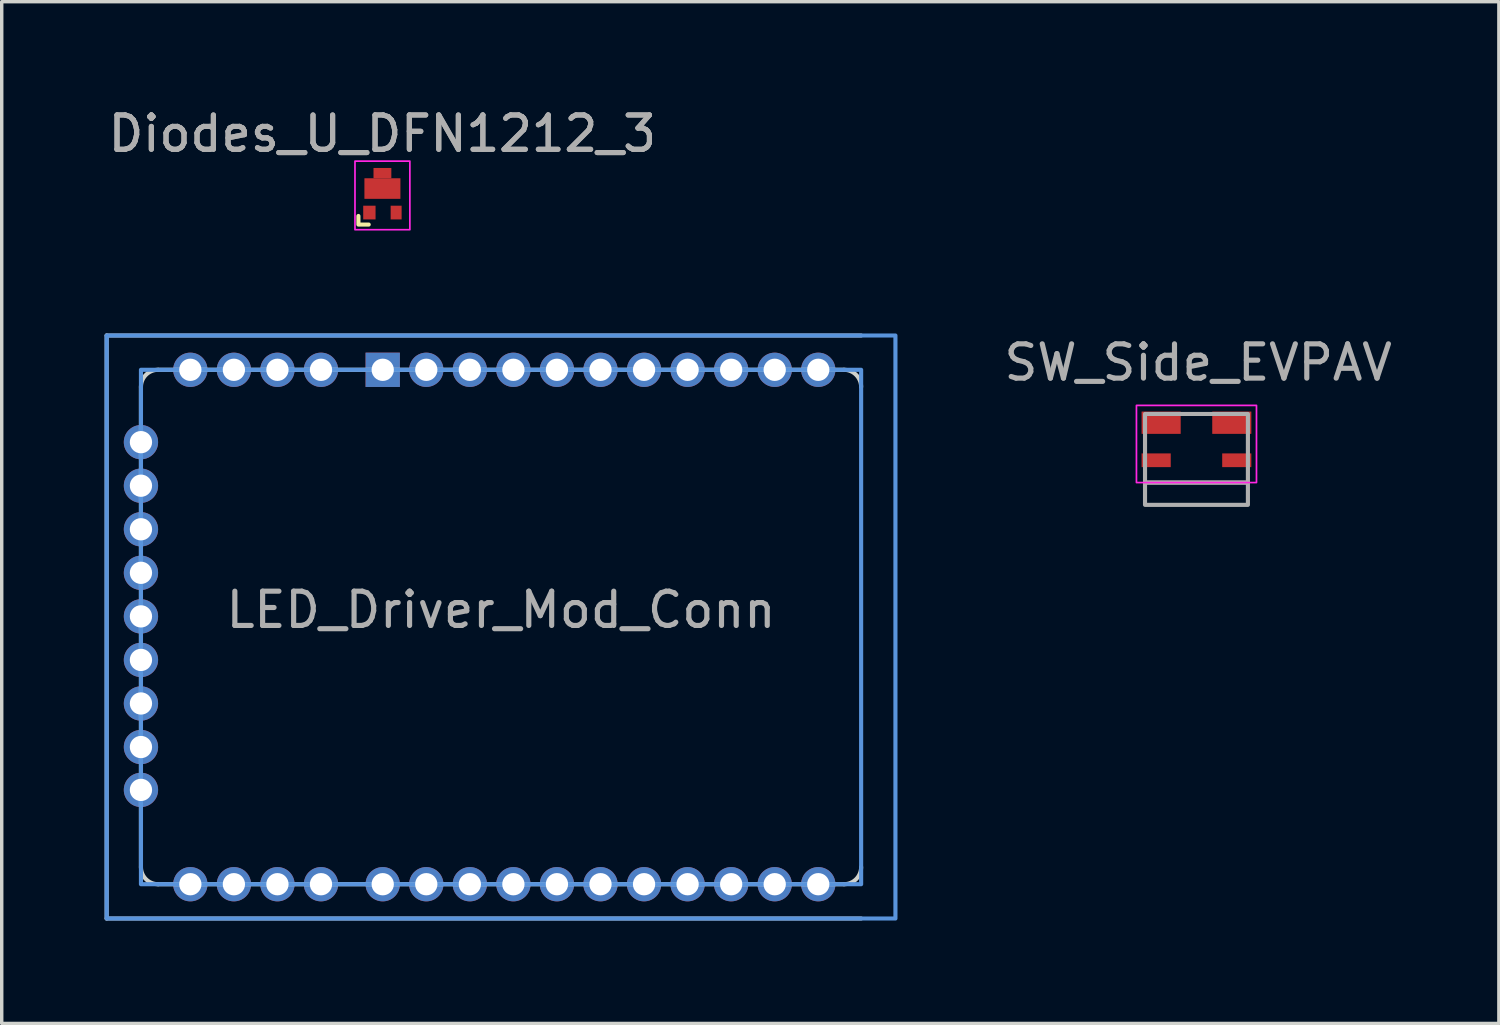
<source format=kicad_pcb>
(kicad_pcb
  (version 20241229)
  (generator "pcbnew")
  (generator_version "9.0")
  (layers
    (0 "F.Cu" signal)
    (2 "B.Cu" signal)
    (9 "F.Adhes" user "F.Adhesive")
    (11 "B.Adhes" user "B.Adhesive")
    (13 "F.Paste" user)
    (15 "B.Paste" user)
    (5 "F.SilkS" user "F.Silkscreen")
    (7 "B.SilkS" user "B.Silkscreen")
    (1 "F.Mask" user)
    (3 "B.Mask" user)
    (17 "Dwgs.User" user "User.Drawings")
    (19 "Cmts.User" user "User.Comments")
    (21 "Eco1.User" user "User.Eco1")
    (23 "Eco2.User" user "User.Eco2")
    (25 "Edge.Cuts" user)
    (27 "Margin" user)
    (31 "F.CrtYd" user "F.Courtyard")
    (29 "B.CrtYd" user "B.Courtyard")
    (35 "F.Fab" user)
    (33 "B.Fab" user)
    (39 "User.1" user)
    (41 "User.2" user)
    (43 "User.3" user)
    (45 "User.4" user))
  (footprint "SW_Side_EVPAV"
    (layer "F.Cu")
    (at 31.838 11.021)
    (property "Reference" "SW_Side_EVPAV" (at 0.05 -3.5 0) (unlocked yes) (layer "F.Fab") (effects (font (size 1 1) (thickness 0.15))))
    (attr smd)
    (fp_rect (start -1.75 0) (end 1.75 -2.25) (stroke (width 0.05) (type solid)) (fill no) (layer "F.CrtYd"))
    (fp_rect (start -1.5 0) (end 1.5 -2) (stroke (width 0.12) (type solid)) (fill no) (layer "F.Fab"))
    (fp_rect (start -1.5 0) (end 1.5 0.65) (stroke (width 0.12) (type solid)) (fill no) (layer "F.Fab"))
    (pad "1" smd rect (at -1.175 -0.65) (size 0.85 0.4) (layers "F.Cu" "F.Mask" "F.Paste"))
    (pad "2" smd rect (at -1.03 -1.745) (size 1.14 0.65) (layers "F.Cu" "F.Mask" "F.Paste"))
    (pad "3" smd rect (at 1.175 -0.65) (size 0.85 0.4) (layers "F.Cu" "F.Mask" "F.Paste"))
    (pad "4" smd rect (at 1.03 -1.745) (size 1.14 0.65) (layers "F.Cu" "F.Mask" "F.Paste")))
  (footprint "Diodes_U_DFN1212_3"
    (layer "F.Cu")
    (at 8.101 2.448)
    (property "Reference" "Diodes_U_DFN1212_3" (at 0 -1.6 0) (layer "F.Fab") (effects (font (size 1 1) (thickness 0.15))))
    (attr smd)
    (fp_line (start -0.7 0.8) (end -0.7 1.05) (stroke (width 0.12) (type solid)) (layer "F.SilkS"))
    (fp_line (start -0.65 1.05) (end -0.4 1.05) (stroke (width 0.12) (type solid)) (layer "F.SilkS"))
    (fp_rect (start -0.8 1.2) (end 0.8 -0.8) (stroke (width 0.05) (type solid)) (fill no) (layer "F.CrtYd"))
    (fp_text user "${REFERENCE}" (at 0 -1.6 0) (layer "F.Fab") (effects (font (size 1 1) (thickness 0.15))))
    (pad "1" smd rect (at 0 -0.45) (size 0.52 0.3) (layers "F.Cu" "F.Mask" "F.Paste"))
    (pad "1" smd rect (at 0 0) (size 1.05 0.6) (layers "F.Cu" "F.Mask" "F.Paste"))
    (pad "2" smd rect (at -0.38 0.7) (size 0.36 0.4) (layers "F.Cu" "F.Mask" "F.Paste"))
    (pad "3" smd rect (at 0.4 0.7) (size 0.32 0.4) (layers "F.Cu" "F.Mask" "F.Paste")))
  (footprint "LED_Driver_Mod_Conn"
    (layer "F.Cu")
    (at 11.56 15.233)
    (property "Reference" "LED_Driver_Mod_Conn" (at 0 -0.5 0) (unlocked yes) (layer "F.Fab") (effects (font (size 1 1) (thickness 0.15))))
    (attr smd)
    (fp_line (start -11.5 -8.5) (end -11.5 8.5) (stroke (width 0.12) (type solid)) (layer "Dwgs.User"))
    (fp_line (start -11.5 8.5) (end 10.5 8.5) (stroke (width 0.12) (type solid)) (layer "Dwgs.User"))
    (fp_line (start 10.5 -8.5) (end -11.5 -8.5) (stroke (width 0.12) (type solid)) (layer "Dwgs.User"))
    (fp_rect (start -11.5 -8.5) (end 11.5 8.5) (stroke (width 0.12) (type solid)) (fill no) (layer "Cmts.User"))
    (fp_rect (start -10.5 -7.5) (end 10.5 7.5) (stroke (width 0.12) (type solid)) (fill no) (layer "Cmts.User"))
    (fp_line (start -10.5 -7) (end -10.5 7) (stroke (width 0.12) (type solid)) (layer "Edge.Cuts"))
    (fp_line (start -10 7.5) (end 10 7.5) (stroke (width 0.12) (type solid)) (layer "Edge.Cuts"))
    (fp_line (start 10 -7.5) (end -10 -7.5) (stroke (width 0.12) (type solid)) (layer "Edge.Cuts"))
    (fp_arc (start -10.5 -7) (mid -10.353553 -7.353553) (end -10 -7.5) (stroke (width 0.12) (type solid)) (layer "Edge.Cuts"))
    (fp_arc (start -10 7.5) (mid -10.353553 7.353553) (end -10.5 7) (stroke (width 0.12) (type solid)) (layer "Edge.Cuts"))
    (fp_arc (start 10 -7.5) (mid 10.353553 -7.353553) (end 10.5 -7) (stroke (width 0.12) (type solid)) (layer "Edge.Cuts"))
    (fp_arc (start 10.5 7) (mid 10.353553 7.353553) (end 10 7.5) (stroke (width 0.12) (type solid)) (layer "Edge.Cuts"))
    (fp_line (start -10.5 -7.5) (end -10.5 7.5) (stroke (width 0.12) (type solid)) (layer "User.1"))
    (fp_line (start -10.5 7.5) (end 10.5 7.5) (stroke (width 0.12) (type solid)) (layer "User.1"))
    (fp_line (start 10.5 -7.5) (end -10.5 -7.5) (stroke (width 0.12) (type solid)) (layer "User.1"))
    (pad "1" thru_hole rect (at -3.45 -7.5 90) (size 1 1) (drill 0.65) (layers "*.Cu" "*.Mask"))
    (pad "2" thru_hole oval (at -2.18 -7.5 90) (size 1 1) (drill 0.65) (layers "*.Cu" "*.Mask"))
    (pad "3" thru_hole oval (at -0.91 -7.5 90) (size 1 1) (drill 0.65) (layers "*.Cu" "*.Mask"))
    (pad "4" thru_hole oval (at 0.36 -7.5 90) (size 1 1) (drill 0.65) (layers "*.Cu" "*.Mask"))
    (pad "5" thru_hole oval (at 1.63 -7.5 90) (size 1 1) (drill 0.65) (layers "*.Cu" "*.Mask"))
    (pad "6" thru_hole oval (at 2.9 -7.5 90) (size 1 1) (drill 0.65) (layers "*.Cu" "*.Mask"))
    (pad "7" thru_hole oval (at 4.17 -7.5 90) (size 1 1) (drill 0.65) (layers "*.Cu" "*.Mask"))
    (pad "8" thru_hole oval (at 5.44 -7.5 90) (size 1 1) (drill 0.65) (layers "*.Cu" "*.Mask"))
    (pad "9" thru_hole oval (at 6.71 -7.5 90) (size 1 1) (drill 0.65) (layers "*.Cu" "*.Mask"))
    (pad "10" thru_hole oval (at 9.25 7.5) (size 1 1) (drill 0.65) (layers "*.Cu" "*.Mask"))
    (pad "11" thru_hole oval (at 7.98 7.5) (size 1 1) (drill 0.65) (layers "*.Cu" "*.Mask"))
    (pad "12" thru_hole oval (at 6.71 7.5) (size 1 1) (drill 0.65) (layers "*.Cu" "*.Mask"))
    (pad "13" thru_hole oval (at 5.44 7.5) (size 1 1) (drill 0.65) (layers "*.Cu" "*.Mask"))
    (pad "14" thru_hole oval (at 4.17 7.5) (size 1 1) (drill 0.65) (layers "*.Cu" "*.Mask"))
    (pad "15" thru_hole oval (at 2.9 7.5) (size 1 1) (drill 0.65) (layers "*.Cu" "*.Mask"))
    (pad "16" thru_hole oval (at 1.63 7.5) (size 1 1) (drill 0.65) (layers "*.Cu" "*.Mask"))
    (pad "17" thru_hole oval (at 0.36 7.5 270) (size 1 1) (drill 0.65) (layers "*.Cu" "*.Mask"))
    (pad "18" thru_hole oval (at -0.91 7.5 270) (size 1 1) (drill 0.65) (layers "*.Cu" "*.Mask"))
    (pad "19" thru_hole oval (at -2.18 7.5) (size 1 1) (drill 0.65) (layers "*.Cu" "*.Mask"))
    (pad "20" thru_hole oval (at -3.45 7.5) (size 1 1) (drill 0.65) (layers "*.Cu" "*.Mask"))
    (pad "21" thru_hole oval (at 7.98 -7.5) (size 1 1) (drill 0.65) (layers "*.Cu" "*.Mask"))
    (pad "22" thru_hole oval (at 9.25 -7.5) (size 1 1) (drill 0.65) (layers "*.Cu" "*.Mask"))
    (pad "23" thru_hole oval (at -9.06 7.5 90) (size 1 1) (drill 0.65) (layers "*.Cu" "*.Mask"))
    (pad "24" thru_hole oval (at -7.79 7.5 90) (size 1 1) (drill 0.65) (layers "*.Cu" "*.Mask"))
    (pad "25" thru_hole oval (at -6.52 7.5 90) (size 1 1) (drill 0.65) (layers "*.Cu" "*.Mask"))
    (pad "26" thru_hole oval (at -5.25 7.5 90) (size 1 1) (drill 0.65) (layers "*.Cu" "*.Mask"))
    (pad "27" thru_hole oval (at -9.06 -7.5 90) (size 1 1) (drill 0.65) (layers "*.Cu" "*.Mask"))
    (pad "28" thru_hole oval (at -7.79 -7.5 90) (size 1 1) (drill 0.65) (layers "*.Cu" "*.Mask"))
    (pad "29" thru_hole oval (at -6.52 -7.5 90) (size 1 1) (drill 0.65) (layers "*.Cu" "*.Mask"))
    (pad "30" thru_hole oval (at -5.25 -7.5 90) (size 1 1) (drill 0.65) (layers "*.Cu" "*.Mask"))
    (pad "31" thru_hole oval (at -10.5 -1.58) (size 1 1) (drill 0.65) (layers "*.Cu" "*.Mask"))
    (pad "32" thru_hole oval (at -10.5 -2.85) (size 1 1) (drill 0.65) (layers "*.Cu" "*.Mask"))
    (pad "33" thru_hole oval (at -10.5 -4.12) (size 1 1) (drill 0.65) (layers "*.Cu" "*.Mask"))
    (pad "34" thru_hole oval (at -10.5 -5.39) (size 1 1) (drill 0.65) (layers "*.Cu" "*.Mask"))
    (pad "35" thru_hole oval (at -10.5 -0.31) (size 1 1) (drill 0.65) (layers "*.Cu" "*.Mask"))
    (pad "36" thru_hole oval (at -10.5 0.96) (size 1 1) (drill 0.65) (layers "*.Cu" "*.Mask"))
    (pad "37" thru_hole oval (at -10.5 2.23) (size 1 1) (drill 0.65) (layers "*.Cu" "*.Mask"))
    (pad "38" thru_hole oval (at -10.5 3.5) (size 1 1) (drill 0.65) (layers "*.Cu" "*.Mask"))
    (pad "39" thru_hole oval (at -10.5 4.75) (size 1 1) (drill 0.65) (layers "*.Cu" "*.Mask")))
  (gr_rect
    (start -3 -3)
    (end 40.656 26.793)
    (stroke (width 0.1) (type default))
    (fill no)
    (layer "Edge.Cuts")))
</source>
